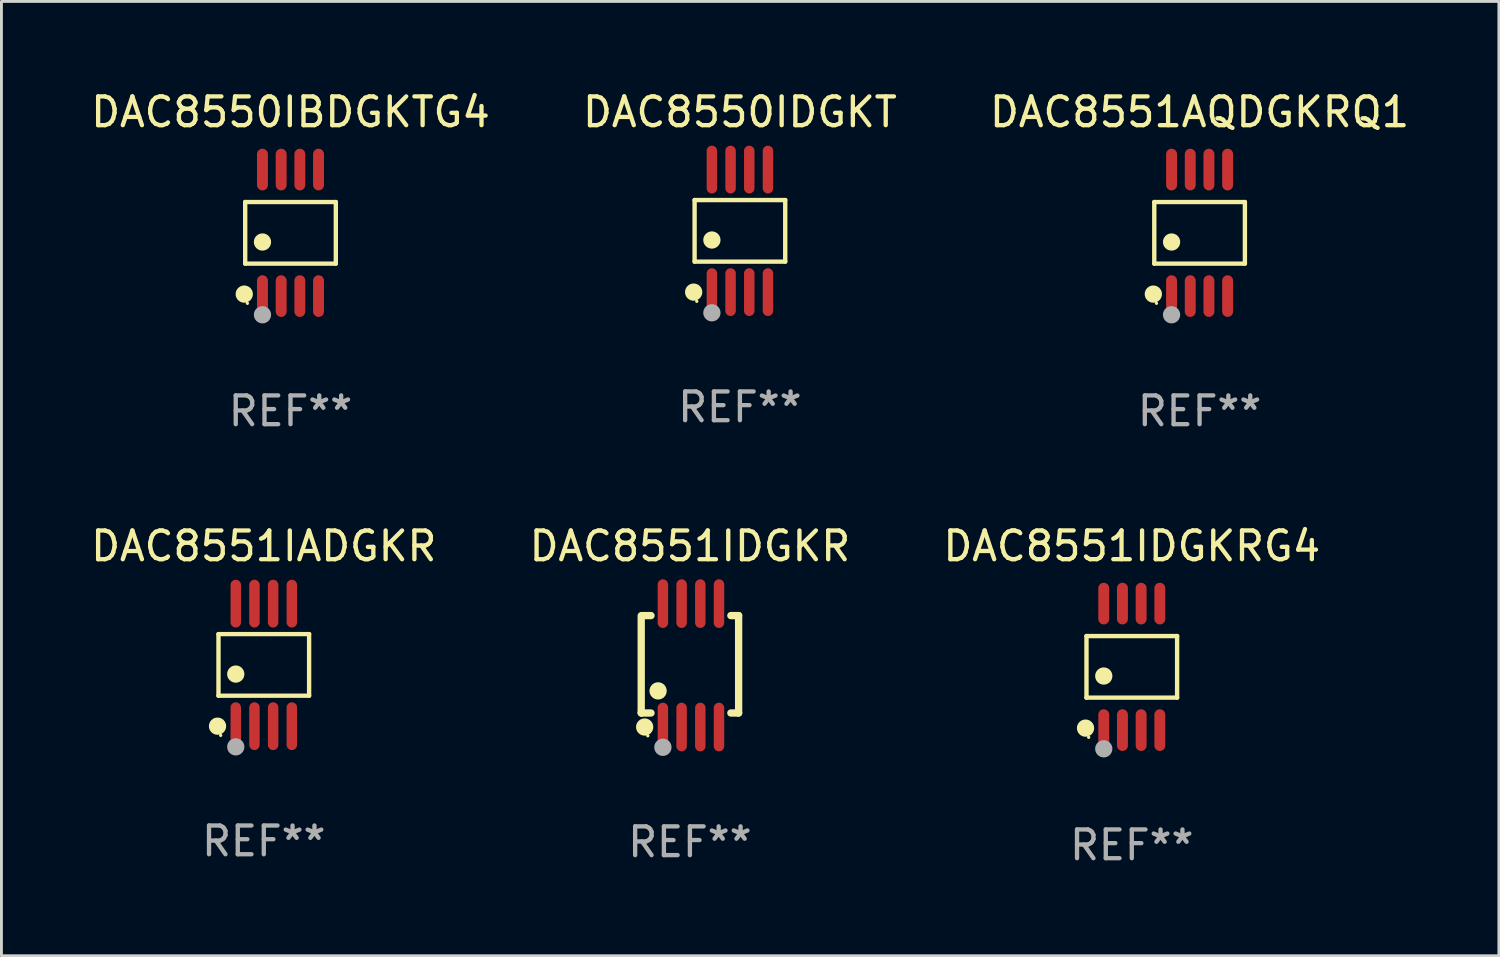
<source format=kicad_pcb>
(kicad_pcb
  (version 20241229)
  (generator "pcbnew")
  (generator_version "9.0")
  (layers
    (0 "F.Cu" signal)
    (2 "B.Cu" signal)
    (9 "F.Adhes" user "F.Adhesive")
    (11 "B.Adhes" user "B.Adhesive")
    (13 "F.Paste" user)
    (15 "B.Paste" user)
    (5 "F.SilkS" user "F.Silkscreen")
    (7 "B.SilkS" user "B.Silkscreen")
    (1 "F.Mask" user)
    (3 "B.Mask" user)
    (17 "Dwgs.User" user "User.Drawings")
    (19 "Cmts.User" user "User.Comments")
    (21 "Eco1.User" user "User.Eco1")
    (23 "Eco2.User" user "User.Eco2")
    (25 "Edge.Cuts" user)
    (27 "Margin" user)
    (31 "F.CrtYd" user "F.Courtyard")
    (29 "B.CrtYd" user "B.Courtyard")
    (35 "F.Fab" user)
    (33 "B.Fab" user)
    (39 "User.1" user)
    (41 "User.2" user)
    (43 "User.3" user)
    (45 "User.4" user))
  (footprint "DAC8550IBDGKTG4"
    (layer "F.Cu")
    (at 7.054 5.048)
    (property "Reference" "DAC8550IBDGKTG4" (at 0 -4.2 0) (layer "F.SilkS") (effects (font (size 1 1) (thickness 0.15))))
    (attr through_hole)
    (fp_line (start -1.576 -1.071) (end 1.576 -1.071) (stroke (width 0.152) (type solid)) (layer "F.SilkS"))
    (fp_line (start -1.576 1.071) (end -1.576 -1.071) (stroke (width 0.152) (type solid)) (layer "F.SilkS"))
    (fp_line (start 1.576 -1.071) (end 1.576 1.071) (stroke (width 0.152) (type solid)) (layer "F.SilkS"))
    (fp_line (start 1.576 1.071) (end -1.576 1.071) (stroke (width 0.152) (type solid)) (layer "F.SilkS"))
    (fp_circle (center -1.609 2.131) (end -1.459 2.131) (stroke (width 0.3) (type solid)) (fill no) (layer "F.SilkS"))
    (fp_circle (center -1.5 2.45) (end -1.47 2.45) (stroke (width 0.06) (type solid)) (fill no) (layer "F.SilkS"))
    (fp_circle (center -0.975 0.319) (end -0.825 0.319) (stroke (width 0.3) (type solid)) (fill no) (layer "F.SilkS"))
    (fp_circle (center -0.975 2.85) (end -0.825 2.85) (stroke (width 0.3) (type solid)) (fill no) (layer "F.Fab"))
    (fp_text user "REF**" (at 0 6.2 0) (layer "F.Fab") (effects (font (size 1 1) (thickness 0.15))))
    (pad "1" smd oval (at -0.975 2.2) (size 0.38 1.45) (layers "F.Cu" "F.Mask" "F.Paste"))
    (pad "2" smd oval (at -0.325 2.2) (size 0.38 1.45) (layers "F.Cu" "F.Mask" "F.Paste"))
    (pad "3" smd oval (at 0.325 2.2) (size 0.38 1.45) (layers "F.Cu" "F.Mask" "F.Paste"))
    (pad "4" smd oval (at 0.975 2.2) (size 0.38 1.45) (layers "F.Cu" "F.Mask" "F.Paste"))
    (pad "5" smd oval (at 0.975 -2.2) (size 0.38 1.45) (layers "F.Cu" "F.Mask" "F.Paste"))
    (pad "6" smd oval (at 0.325 -2.2) (size 0.38 1.45) (layers "F.Cu" "F.Mask" "F.Paste"))
    (pad "7" smd oval (at -0.325 -2.2) (size 0.38 1.45) (layers "F.Cu" "F.Mask" "F.Paste"))
    (pad "8" smd oval (at -0.975 -2.2) (size 0.38 1.45) (layers "F.Cu" "F.Mask" "F.Paste")))
  (footprint "DAC8551IADGKR"
    (layer "F.Cu")
    (at 6.125 20.076)
    (property "Reference" "DAC8551IADGKR" (at 0 -4.131 0) (layer "F.SilkS") (effects (font (size 1 1) (thickness 0.15))))
    (attr through_hole)
    (fp_line (start -1.576 -1.071) (end 1.576 -1.071) (stroke (width 0.152) (type solid)) (layer "F.SilkS"))
    (fp_line (start -1.576 1.071) (end -1.576 -1.071) (stroke (width 0.152) (type solid)) (layer "F.SilkS"))
    (fp_line (start 1.576 -1.071) (end 1.576 1.071) (stroke (width 0.152) (type solid)) (layer "F.SilkS"))
    (fp_line (start 1.576 1.071) (end -1.576 1.071) (stroke (width 0.152) (type solid)) (layer "F.SilkS"))
    (fp_circle (center -1.609 2.131) (end -1.459 2.131) (stroke (width 0.3) (type solid)) (fill no) (layer "F.SilkS"))
    (fp_circle (center -1.5 2.45) (end -1.47 2.45) (stroke (width 0.06) (type solid)) (fill no) (layer "F.SilkS"))
    (fp_circle (center -0.975 0.319) (end -0.825 0.319) (stroke (width 0.3) (type solid)) (fill no) (layer "F.SilkS"))
    (fp_circle (center -0.975 2.85) (end -0.825 2.85) (stroke (width 0.3) (type solid)) (fill no) (layer "F.Fab"))
    (fp_text user "REF**" (at 0 6.131 0) (layer "F.Fab") (effects (font (size 1 1) (thickness 0.15))))
    (pad "1" smd oval (at -0.975 2.131) (size 0.364 1.662) (layers "F.Cu" "F.Mask" "F.Paste"))
    (pad "2" smd oval (at -0.325 2.131) (size 0.364 1.662) (layers "F.Cu" "F.Mask" "F.Paste"))
    (pad "3" smd oval (at 0.325 2.131) (size 0.364 1.662) (layers "F.Cu" "F.Mask" "F.Paste"))
    (pad "4" smd oval (at 0.975 2.131) (size 0.364 1.662) (layers "F.Cu" "F.Mask" "F.Paste"))
    (pad "5" smd oval (at 0.975 -2.131) (size 0.364 1.662) (layers "F.Cu" "F.Mask" "F.Paste"))
    (pad "6" smd oval (at 0.325 -2.131) (size 0.364 1.662) (layers "F.Cu" "F.Mask" "F.Paste"))
    (pad "7" smd oval (at -0.325 -2.131) (size 0.364 1.662) (layers "F.Cu" "F.Mask" "F.Paste"))
    (pad "8" smd oval (at -0.975 -2.131) (size 0.364 1.662) (layers "F.Cu" "F.Mask" "F.Paste")))
  (footprint "DAC8551IDGKR"
    (layer "F.Cu")
    (at 20.946 20.091)
    (property "Reference" "DAC8551IDGKR" (at 0 -4.146 0) (layer "F.SilkS") (effects (font (size 1 1) (thickness 0.15))))
    (attr through_hole)
    (fp_line (start -1.694 -1.724) (end -1.694 1.652) (stroke (width 0.254) (type solid)) (layer "F.SilkS"))
    (fp_line (start -1.694 1.652) (end -1.688 1.658) (stroke (width 0.254) (type solid)) (layer "F.SilkS"))
    (fp_line (start -1.688 1.658) (end -1.353 1.658) (stroke (width 0.254) (type solid)) (layer "F.SilkS"))
    (fp_line (start -1.661 -1.73) (end -1.681 -1.71) (stroke (width 0.254) (type solid)) (layer "F.SilkS"))
    (fp_line (start -1.353 -1.73) (end -1.661 -1.73) (stroke (width 0.254) (type solid)) (layer "F.SilkS"))
    (fp_line (start 1.424 1.658) (end 1.694 1.658) (stroke (width 0.254) (type solid)) (layer "F.SilkS"))
    (fp_line (start 1.694 -1.73) (end 1.424 -1.73) (stroke (width 0.254) (type solid)) (layer "F.SilkS"))
    (fp_line (start 1.694 1.658) (end 1.694 -1.73) (stroke (width 0.254) (type solid)) (layer "F.SilkS"))
    (fp_circle (center -1.574 2.146) (end -1.424 2.146) (stroke (width 0.3) (type solid)) (fill no) (layer "F.SilkS"))
    (fp_circle (center -1.464 2.45) (end -1.434 2.45) (stroke (width 0.06) (type solid)) (fill no) (layer "F.SilkS"))
    (fp_circle (center -1.107 0.889) (end -0.957 0.889) (stroke (width 0.3) (type solid)) (fill no) (layer "F.SilkS"))
    (fp_circle (center -0.94 2.85) (end -0.789 2.85) (stroke (width 0.3) (type solid)) (fill no) (layer "F.Fab"))
    (fp_text user "REF**" (at 0 6.146 0) (layer "F.Fab") (effects (font (size 1 1) (thickness 0.15))))
    (pad "1" smd oval (at -0.94 2.146) (size 0.364 1.692) (layers "F.Cu" "F.Mask" "F.Paste"))
    (pad "2" smd oval (at -0.289 2.146) (size 0.364 1.692) (layers "F.Cu" "F.Mask" "F.Paste"))
    (pad "3" smd oval (at 0.361 2.146) (size 0.364 1.692) (layers "F.Cu" "F.Mask" "F.Paste"))
    (pad "4" smd oval (at 1.011 2.146) (size 0.364 1.692) (layers "F.Cu" "F.Mask" "F.Paste"))
    (pad "5" smd oval (at 1.011 -2.146) (size 0.364 1.692) (layers "F.Cu" "F.Mask" "F.Paste"))
    (pad "6" smd oval (at 0.361 -2.146) (size 0.364 1.692) (layers "F.Cu" "F.Mask" "F.Paste"))
    (pad "7" smd oval (at -0.289 -2.146) (size 0.364 1.692) (layers "F.Cu" "F.Mask" "F.Paste"))
    (pad "8" smd oval (at -0.94 -2.146) (size 0.364 1.692) (layers "F.Cu" "F.Mask" "F.Paste")))
  (footprint "DAC8550IDGKT"
    (layer "F.Cu")
    (at 22.685 4.979)
    (property "Reference" "DAC8550IDGKT" (at 0 -4.131 0) (layer "F.SilkS") (effects (font (size 1 1) (thickness 0.15))))
    (attr through_hole)
    (fp_line (start -1.576 -1.071) (end 1.576 -1.071) (stroke (width 0.152) (type solid)) (layer "F.SilkS"))
    (fp_line (start -1.576 1.071) (end -1.576 -1.071) (stroke (width 0.152) (type solid)) (layer "F.SilkS"))
    (fp_line (start 1.576 -1.071) (end 1.576 1.071) (stroke (width 0.152) (type solid)) (layer "F.SilkS"))
    (fp_line (start 1.576 1.071) (end -1.576 1.071) (stroke (width 0.152) (type solid)) (layer "F.SilkS"))
    (fp_circle (center -1.609 2.131) (end -1.459 2.131) (stroke (width 0.3) (type solid)) (fill no) (layer "F.SilkS"))
    (fp_circle (center -1.5 2.45) (end -1.47 2.45) (stroke (width 0.06) (type solid)) (fill no) (layer "F.SilkS"))
    (fp_circle (center -0.975 0.319) (end -0.825 0.319) (stroke (width 0.3) (type solid)) (fill no) (layer "F.SilkS"))
    (fp_circle (center -0.975 2.85) (end -0.825 2.85) (stroke (width 0.3) (type solid)) (fill no) (layer "F.Fab"))
    (fp_text user "REF**" (at 0 6.131 0) (layer "F.Fab") (effects (font (size 1 1) (thickness 0.15))))
    (pad "1" smd oval (at -0.975 2.131) (size 0.364 1.662) (layers "F.Cu" "F.Mask" "F.Paste"))
    (pad "2" smd oval (at -0.325 2.131) (size 0.364 1.662) (layers "F.Cu" "F.Mask" "F.Paste"))
    (pad "3" smd oval (at 0.325 2.131) (size 0.364 1.662) (layers "F.Cu" "F.Mask" "F.Paste"))
    (pad "4" smd oval (at 0.975 2.131) (size 0.364 1.662) (layers "F.Cu" "F.Mask" "F.Paste"))
    (pad "5" smd oval (at 0.975 -2.131) (size 0.364 1.662) (layers "F.Cu" "F.Mask" "F.Paste"))
    (pad "6" smd oval (at 0.325 -2.131) (size 0.364 1.662) (layers "F.Cu" "F.Mask" "F.Paste"))
    (pad "7" smd oval (at -0.325 -2.131) (size 0.364 1.662) (layers "F.Cu" "F.Mask" "F.Paste"))
    (pad "8" smd oval (at -0.975 -2.131) (size 0.364 1.662) (layers "F.Cu" "F.Mask" "F.Paste")))
  (footprint "DAC8551AQDGKRQ1"
    (layer "F.Cu")
    (at 38.673 5.048)
    (property "Reference" "DAC8551AQDGKRQ1" (at 0 -4.2 0) (layer "F.SilkS") (effects (font (size 1 1) (thickness 0.15))))
    (attr through_hole)
    (fp_line (start -1.576 -1.071) (end 1.576 -1.071) (stroke (width 0.152) (type solid)) (layer "F.SilkS"))
    (fp_line (start -1.576 1.071) (end -1.576 -1.071) (stroke (width 0.152) (type solid)) (layer "F.SilkS"))
    (fp_line (start 1.576 -1.071) (end 1.576 1.071) (stroke (width 0.152) (type solid)) (layer "F.SilkS"))
    (fp_line (start 1.576 1.071) (end -1.576 1.071) (stroke (width 0.152) (type solid)) (layer "F.SilkS"))
    (fp_circle (center -1.609 2.131) (end -1.459 2.131) (stroke (width 0.3) (type solid)) (fill no) (layer "F.SilkS"))
    (fp_circle (center -1.5 2.45) (end -1.47 2.45) (stroke (width 0.06) (type solid)) (fill no) (layer "F.SilkS"))
    (fp_circle (center -0.975 0.319) (end -0.825 0.319) (stroke (width 0.3) (type solid)) (fill no) (layer "F.SilkS"))
    (fp_circle (center -0.975 2.85) (end -0.825 2.85) (stroke (width 0.3) (type solid)) (fill no) (layer "F.Fab"))
    (fp_text user "REF**" (at 0 6.2 0) (layer "F.Fab") (effects (font (size 1 1) (thickness 0.15))))
    (pad "1" smd oval (at -0.975 2.2) (size 0.38 1.45) (layers "F.Cu" "F.Mask" "F.Paste"))
    (pad "2" smd oval (at -0.325 2.2) (size 0.38 1.45) (layers "F.Cu" "F.Mask" "F.Paste"))
    (pad "3" smd oval (at 0.325 2.2) (size 0.38 1.45) (layers "F.Cu" "F.Mask" "F.Paste"))
    (pad "4" smd oval (at 0.975 2.2) (size 0.38 1.45) (layers "F.Cu" "F.Mask" "F.Paste"))
    (pad "5" smd oval (at 0.975 -2.2) (size 0.38 1.45) (layers "F.Cu" "F.Mask" "F.Paste"))
    (pad "6" smd oval (at 0.325 -2.2) (size 0.38 1.45) (layers "F.Cu" "F.Mask" "F.Paste"))
    (pad "7" smd oval (at -0.325 -2.2) (size 0.38 1.45) (layers "F.Cu" "F.Mask" "F.Paste"))
    (pad "8" smd oval (at -0.975 -2.2) (size 0.38 1.45) (layers "F.Cu" "F.Mask" "F.Paste")))
  (footprint "DAC8551IDGKRG4"
    (layer "F.Cu")
    (at 36.315 20.144)
    (property "Reference" "DAC8551IDGKRG4" (at 0 -4.2 0) (layer "F.SilkS") (effects (font (size 1 1) (thickness 0.15))))
    (attr through_hole)
    (fp_line (start -1.576 -1.071) (end 1.576 -1.071) (stroke (width 0.152) (type solid)) (layer "F.SilkS"))
    (fp_line (start -1.576 1.071) (end -1.576 -1.071) (stroke (width 0.152) (type solid)) (layer "F.SilkS"))
    (fp_line (start 1.576 -1.071) (end 1.576 1.071) (stroke (width 0.152) (type solid)) (layer "F.SilkS"))
    (fp_line (start 1.576 1.071) (end -1.576 1.071) (stroke (width 0.152) (type solid)) (layer "F.SilkS"))
    (fp_circle (center -1.609 2.131) (end -1.459 2.131) (stroke (width 0.3) (type solid)) (fill no) (layer "F.SilkS"))
    (fp_circle (center -1.5 2.45) (end -1.47 2.45) (stroke (width 0.06) (type solid)) (fill no) (layer "F.SilkS"))
    (fp_circle (center -0.975 0.319) (end -0.825 0.319) (stroke (width 0.3) (type solid)) (fill no) (layer "F.SilkS"))
    (fp_circle (center -0.975 2.85) (end -0.825 2.85) (stroke (width 0.3) (type solid)) (fill no) (layer "F.Fab"))
    (fp_text user "REF**" (at 0 6.2 0) (layer "F.Fab") (effects (font (size 1 1) (thickness 0.15))))
    (pad "1" smd oval (at -0.975 2.2) (size 0.38 1.45) (layers "F.Cu" "F.Mask" "F.Paste"))
    (pad "2" smd oval (at -0.325 2.2) (size 0.38 1.45) (layers "F.Cu" "F.Mask" "F.Paste"))
    (pad "3" smd oval (at 0.325 2.2) (size 0.38 1.45) (layers "F.Cu" "F.Mask" "F.Paste"))
    (pad "4" smd oval (at 0.975 2.2) (size 0.38 1.45) (layers "F.Cu" "F.Mask" "F.Paste"))
    (pad "5" smd oval (at 0.975 -2.2) (size 0.38 1.45) (layers "F.Cu" "F.Mask" "F.Paste"))
    (pad "6" smd oval (at 0.325 -2.2) (size 0.38 1.45) (layers "F.Cu" "F.Mask" "F.Paste"))
    (pad "7" smd oval (at -0.325 -2.2) (size 0.38 1.45) (layers "F.Cu" "F.Mask" "F.Paste"))
    (pad "8" smd oval (at -0.975 -2.2) (size 0.38 1.45) (layers "F.Cu" "F.Mask" "F.Paste")))
  (gr_rect
    (start -3 -3)
    (end 49.083 30.193)
    (stroke (width 0.1) (type default))
    (fill no)
    (layer "Edge.Cuts")))
</source>
